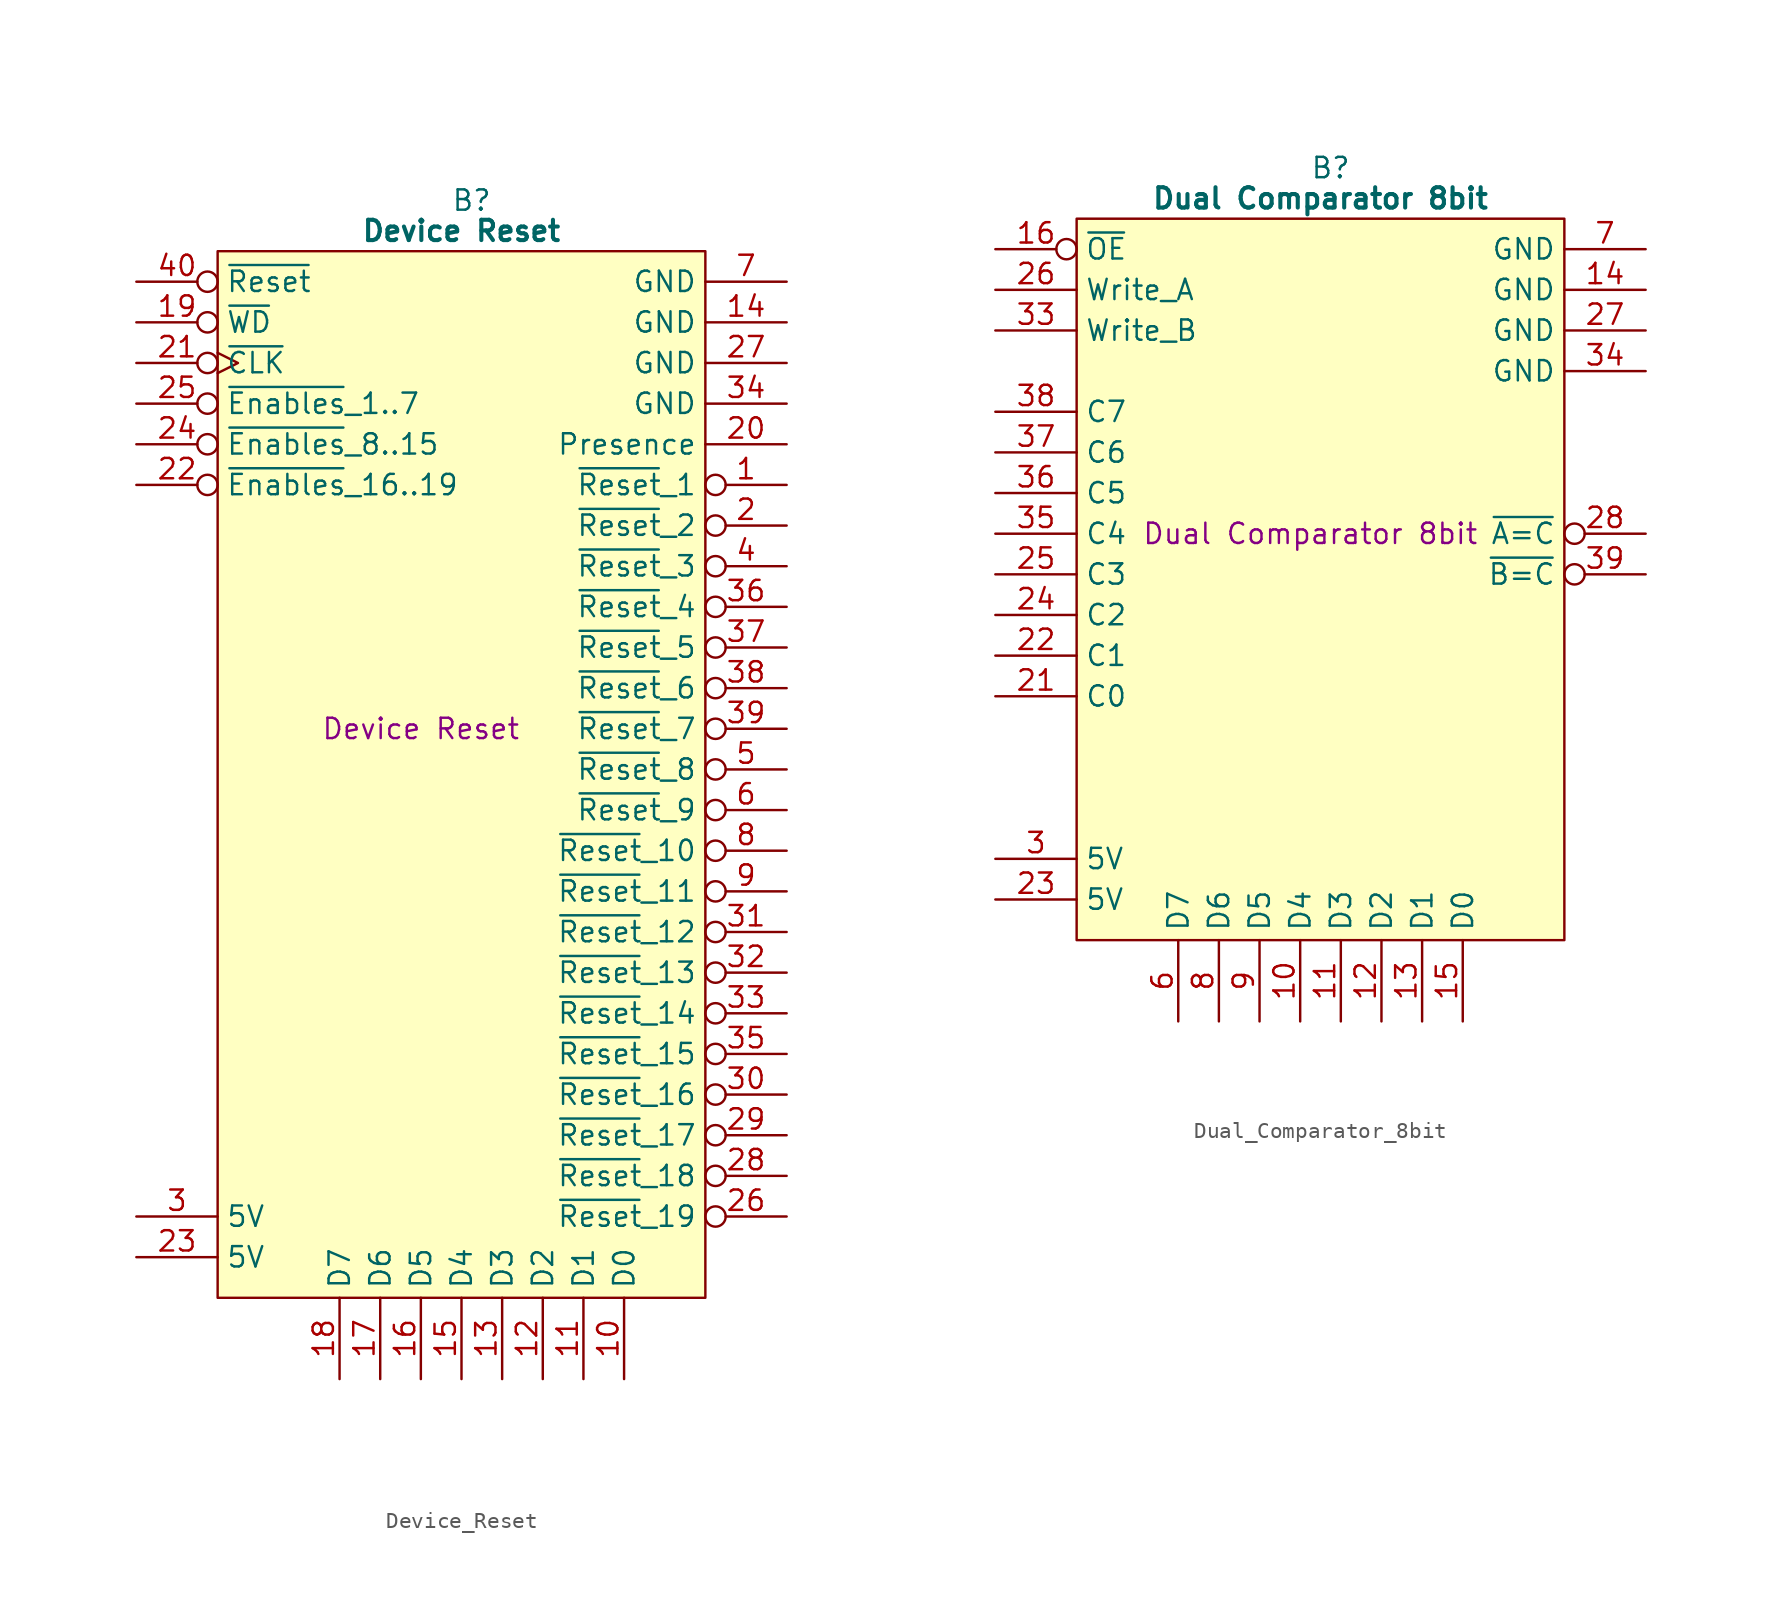
<source format=kicad_sym>
(kicad_symbol_lib
  (version 20241209)
  (generator "kicad_symbol_editor")
  (generator_version "9.0")
  (symbol "Device_Reset"
    (property "Reference" "B"
      (at 15.875 5.08 0)
      (effects (font (size 1.27 1.27))))
    (property "Value" "Device Reset"
      (at 15.24 3.175 0)
      (effects (font (size 1.27 1.27) (bold yes))))
    (property "Description" "Device Reset"
      (at 12.7 -27.94 0)
      (effects (font (size 1.27 1.27))))
    (symbol "Device_Reset_0_1"
      (polyline (pts (xy 0 1.905) (xy 30.48 1.905) (xy 30.48 -63.5) (xy 0 -63.5) (xy 0 1.905)) (stroke (width 0.152) (type default)) (fill (type background))))
    (symbol "Device_Reset_1_0"
      (pin passive line (at 35.56 -7.62 180) (length 5.08) (name "GND" (effects (font (size 1.27 1.27)))) (number "34" (effects (font (size 1.27 1.27)))))
      (pin output inverted (at 35.56 -20.32 180) (length 5.08) (name "~{Reset}_4" (effects (font (size 1.27 1.27)))) (number "36" (effects (font (size 1.27 1.27)))))
      (pin output inverted (at 35.56 -22.86 180) (length 5.08) (name "~{Reset}_5" (effects (font (size 1.27 1.27)))) (number "37" (effects (font (size 1.27 1.27)))))
      (pin output inverted (at 35.56 -25.4 180) (length 5.08) (name "~{Reset}_6" (effects (font (size 1.27 1.27)))) (number "38" (effects (font (size 1.27 1.27)))))
      (pin output inverted (at 35.56 -27.94 180) (length 5.08) (name "~{Reset}_7" (effects (font (size 1.27 1.27)))) (number "39" (effects (font (size 1.27 1.27)))))
      (pin output inverted (at 35.56 -43.18 180) (length 5.08) (name "~{Reset}_13" (effects (font (size 1.27 1.27)))) (number "32" (effects (font (size 1.27 1.27)))))
      (pin output inverted (at 35.56 -45.72 180) (length 5.08) (name "~{Reset}_14" (effects (font (size 1.27 1.27)))) (number "33" (effects (font (size 1.27 1.27)))))
      (pin output inverted (at 35.56 -48.26 180) (length 5.08) (name "~{Reset}_15" (effects (font (size 1.27 1.27)))) (number "35" (effects (font (size 1.27 1.27))))))
    (symbol "Device_Reset_1_1"
      (pin input inverted (at -5.08 0 0) (length 5.08) (name "~{Reset}" (effects (font (size 1.27 1.27)))) (number "40" (effects (font (size 1.27 1.27)))))
      (pin input inverted (at -5.08 -2.54 0) (length 5.08) (name "~{WD}" (effects (font (size 1.27 1.27)))) (number "19" (effects (font (size 1.27 1.27)))))
      (pin input inverted_clock (at -5.08 -5.08 0) (length 5.08) (name "~{CLK}" (effects (font (size 1.27 1.27)))) (number "21" (effects (font (size 1.27 1.27)))))
      (pin input inverted (at -5.08 -7.62 0) (length 5.08) (name "~{Enables}_1..7" (effects (font (size 1.27 1.27)))) (number "25" (effects (font (size 1.27 1.27)))))
      (pin input inverted (at -5.08 -10.16 0) (length 5.08) (name "~{Enables}_8..15" (effects (font (size 1.27 1.27)))) (number "24" (effects (font (size 1.27 1.27)))))
      (pin input inverted (at -5.08 -12.7 0) (length 5.08) (name "~{Enables}_16..19" (effects (font (size 1.27 1.27)))) (number "22" (effects (font (size 1.27 1.27)))))
      (pin passive line (at -5.08 -58.42 0) (length 5.08) (name "5V" (effects (font (size 1.27 1.27)))) (number "3" (effects (font (size 1.27 1.27)))))
      (pin passive line (at -5.08 -60.96 0) (length 5.08) (name "5V" (effects (font (size 1.27 1.27)))) (number "23" (effects (font (size 1.27 1.27)))))
      (pin tri_state line (at 7.62 -68.58 90) (length 5.08) (name "D7" (effects (font (size 1.27 1.27)))) (number "18" (effects (font (size 1.27 1.27)))))
      (pin tri_state line (at 10.16 -68.58 90) (length 5.08) (name "D6" (effects (font (size 1.27 1.27)))) (number "17" (effects (font (size 1.27 1.27)))))
      (pin tri_state line (at 12.7 -68.58 90) (length 5.08) (name "D5" (effects (font (size 1.27 1.27)))) (number "16" (effects (font (size 1.27 1.27)))))
      (pin tri_state line (at 15.24 -68.58 90) (length 5.08) (name "D4" (effects (font (size 1.27 1.27)))) (number "15" (effects (font (size 1.27 1.27)))))
      (pin tri_state line (at 17.78 -68.58 90) (length 5.08) (name "D3" (effects (font (size 1.27 1.27)))) (number "13" (effects (font (size 1.27 1.27)))))
      (pin tri_state line (at 20.32 -68.58 90) (length 5.08) (name "D2" (effects (font (size 1.27 1.27)))) (number "12" (effects (font (size 1.27 1.27)))))
      (pin tri_state line (at 22.86 -68.58 90) (length 5.08) (name "D1" (effects (font (size 1.27 1.27)))) (number "11" (effects (font (size 1.27 1.27)))))
      (pin tri_state line (at 25.4 -68.58 90) (length 5.08) (name "D0" (effects (font (size 1.27 1.27)))) (number "10" (effects (font (size 1.27 1.27)))))
      (pin passive line (at 35.56 0 180) (length 5.08) (name "GND" (effects (font (size 1.27 1.27)))) (number "7" (effects (font (size 1.27 1.27)))))
      (pin passive line (at 35.56 -2.54 180) (length 5.08) (name "GND" (effects (font (size 1.27 1.27)))) (number "14" (effects (font (size 1.27 1.27)))))
      (pin passive line (at 35.56 -5.08 180) (length 5.08) (name "GND" (effects (font (size 1.27 1.27)))) (number "27" (effects (font (size 1.27 1.27)))))
      (pin output line (at 35.56 -10.16 180) (length 5.08) (name "Presence" (effects (font (size 1.27 1.27)))) (number "20" (effects (font (size 1.27 1.27)))))
      (pin output inverted (at 35.56 -12.7 180) (length 5.08) (name "~{Reset}_1" (effects (font (size 1.27 1.27)))) (number "1" (effects (font (size 1.27 1.27)))))
      (pin output inverted (at 35.56 -15.24 180) (length 5.08) (name "~{Reset}_2" (effects (font (size 1.27 1.27)))) (number "2" (effects (font (size 1.27 1.27)))))
      (pin output inverted (at 35.56 -17.78 180) (length 5.08) (name "~{Reset}_3" (effects (font (size 1.27 1.27)))) (number "4" (effects (font (size 1.27 1.27)))))
      (pin output inverted (at 35.56 -30.48 180) (length 5.08) (name "~{Reset}_8" (effects (font (size 1.27 1.27)))) (number "5" (effects (font (size 1.27 1.27)))))
      (pin output inverted (at 35.56 -33.02 180) (length 5.08) (name "~{Reset}_9" (effects (font (size 1.27 1.27)))) (number "6" (effects (font (size 1.27 1.27)))))
      (pin output inverted (at 35.56 -35.56 180) (length 5.08) (name "~{Reset}_10" (effects (font (size 1.27 1.27)))) (number "8" (effects (font (size 1.27 1.27)))))
      (pin output inverted (at 35.56 -38.1 180) (length 5.08) (name "~{Reset}_11" (effects (font (size 1.27 1.27)))) (number "9" (effects (font (size 1.27 1.27)))))
      (pin output inverted (at 35.56 -40.64 180) (length 5.08) (name "~{Reset}_12" (effects (font (size 1.27 1.27)))) (number "31" (effects (font (size 1.27 1.27)))))
      (pin output inverted (at 35.56 -50.8 180) (length 5.08) (name "~{Reset}_16" (effects (font (size 1.27 1.27)))) (number "30" (effects (font (size 1.27 1.27)))))
      (pin output inverted (at 35.56 -53.34 180) (length 5.08) (name "~{Reset}_17" (effects (font (size 1.27 1.27)))) (number "29" (effects (font (size 1.27 1.27)))))
      (pin output inverted (at 35.56 -55.88 180) (length 5.08) (name "~{Reset}_18" (effects (font (size 1.27 1.27)))) (number "28" (effects (font (size 1.27 1.27)))))
      (pin output inverted (at 35.56 -58.42 180) (length 5.08) (name "~{Reset}_19" (effects (font (size 1.27 1.27)))) (number "26" (effects (font (size 1.27 1.27)))))))
  (symbol "Dual_Comparator_8bit"
    (property "Reference" "B"
      (at 15.875 5.08 0)
      (effects (font (size 1.27 1.27))))
    (property "Value" "Dual Comparator 8bit"
      (at 15.24 3.175 0)
      (effects (font (size 1.27 1.27) (bold yes))))
    (property "Description" "Dual Comparator 8bit"
      (at 14.605 -17.78 0)
      (effects (font (size 1.27 1.27))))
    (symbol "Dual_Comparator_8bit_0_1"
      (polyline (pts (xy 0 1.905) (xy 30.48 1.905) (xy 30.48 -43.18) (xy 0 -43.18) (xy 0 1.905)) (stroke (width 0.152) (type default)) (fill (type background))))
    (symbol "Dual_Comparator_8bit_1_0"
      (pin input line (at -5.08 -5.08 0) (length 5.08) (name "Write_B" (effects (font (size 1.27 1.27)))) (number "33" (effects (font (size 1.27 1.27)))))
      (pin input line (at -5.08 -10.16 0) (length 5.08) (name "C7" (effects (font (size 1.27 1.27)))) (number "38" (effects (font (size 1.27 1.27)))))
      (pin input line (at -5.08 -12.7 0) (length 5.08) (name "C6" (effects (font (size 1.27 1.27)))) (number "37" (effects (font (size 1.27 1.27)))))
      (pin input line (at -5.08 -15.24 0) (length 5.08) (name "C5" (effects (font (size 1.27 1.27)))) (number "36" (effects (font (size 1.27 1.27)))))
      (pin input line (at -5.08 -17.78 0) (length 5.08) (name "C4" (effects (font (size 1.27 1.27)))) (number "35" (effects (font (size 1.27 1.27)))))
      (pin passive line (at 35.56 -7.62 180) (length 5.08) (name "GND" (effects (font (size 1.27 1.27)))) (number "34" (effects (font (size 1.27 1.27)))))
      (pin output inverted (at 35.56 -20.32 180) (length 5.08) (name "~{B=C}" (effects (font (size 1.27 1.27)))) (number "39" (effects (font (size 1.27 1.27)))))
      (pin no_connect line (at 35.56 -33.02 180) (length 5.08) (hide yes) (name "N.C." (effects (font (size 1.27 1.27)))) (number "32" (effects (font (size 1.27 1.27))))))
    (symbol "Dual_Comparator_8bit_1_1"
      (pin input inverted (at -5.08 0 0) (length 5.08) (name "~{OE}" (effects (font (size 1.27 1.27)))) (number "16" (effects (font (size 1.27 1.27)))))
      (pin input line (at -5.08 -2.54 0) (length 5.08) (name "Write_A" (effects (font (size 1.27 1.27)))) (number "26" (effects (font (size 1.27 1.27)))))
      (pin input line (at -5.08 -20.32 0) (length 5.08) (name "C3" (effects (font (size 1.27 1.27)))) (number "25" (effects (font (size 1.27 1.27)))))
      (pin input line (at -5.08 -22.86 0) (length 5.08) (name "C2" (effects (font (size 1.27 1.27)))) (number "24" (effects (font (size 1.27 1.27)))))
      (pin input line (at -5.08 -25.4 0) (length 5.08) (name "C1" (effects (font (size 1.27 1.27)))) (number "22" (effects (font (size 1.27 1.27)))))
      (pin input line (at -5.08 -27.94 0) (length 5.08) (name "C0" (effects (font (size 1.27 1.27)))) (number "21" (effects (font (size 1.27 1.27)))))
      (pin no_connect line (at -5.08 -30.48 0) (length 5.08) (hide yes) (name "N.C." (effects (font (size 1.27 1.27)))) (number "1" (effects (font (size 1.27 1.27)))))
      (pin no_connect line (at -5.08 -33.02 0) (length 5.08) (hide yes) (name "N.C." (effects (font (size 1.27 1.27)))) (number "2" (effects (font (size 1.27 1.27)))))
      (pin no_connect line (at -5.08 -35.56 0) (length 5.08) (hide yes) (name "N.C." (effects (font (size 1.27 1.27)))) (number "4" (effects (font (size 1.27 1.27)))))
      (pin passive line (at -5.08 -38.1 0) (length 5.08) (name "5V" (effects (font (size 1.27 1.27)))) (number "3" (effects (font (size 1.27 1.27)))))
      (pin passive line (at -5.08 -40.64 0) (length 5.08) (name "5V" (effects (font (size 1.27 1.27)))) (number "23" (effects (font (size 1.27 1.27)))))
      (pin tri_state line (at 6.35 -48.26 90) (length 5.08) (name "D7" (effects (font (size 1.27 1.27)))) (number "6" (effects (font (size 1.27 1.27)))))
      (pin tri_state line (at 8.89 -48.26 90) (length 5.08) (name "D6" (effects (font (size 1.27 1.27)))) (number "8" (effects (font (size 1.27 1.27)))))
      (pin tri_state line (at 11.43 -48.26 90) (length 5.08) (name "D5" (effects (font (size 1.27 1.27)))) (number "9" (effects (font (size 1.27 1.27)))))
      (pin tri_state line (at 13.97 -48.26 90) (length 5.08) (name "D4" (effects (font (size 1.27 1.27)))) (number "10" (effects (font (size 1.27 1.27)))))
      (pin tri_state line (at 16.51 -48.26 90) (length 5.08) (name "D3" (effects (font (size 1.27 1.27)))) (number "11" (effects (font (size 1.27 1.27)))))
      (pin tri_state line (at 19.05 -48.26 90) (length 5.08) (name "D2" (effects (font (size 1.27 1.27)))) (number "12" (effects (font (size 1.27 1.27)))))
      (pin tri_state line (at 21.59 -48.26 90) (length 5.08) (name "D1" (effects (font (size 1.27 1.27)))) (number "13" (effects (font (size 1.27 1.27)))))
      (pin tri_state line (at 24.13 -48.26 90) (length 5.08) (name "D0" (effects (font (size 1.27 1.27)))) (number "15" (effects (font (size 1.27 1.27)))))
      (pin passive line (at 35.56 0 180) (length 5.08) (name "GND" (effects (font (size 1.27 1.27)))) (number "7" (effects (font (size 1.27 1.27)))))
      (pin passive line (at 35.56 -2.54 180) (length 5.08) (name "GND" (effects (font (size 1.27 1.27)))) (number "14" (effects (font (size 1.27 1.27)))))
      (pin passive line (at 35.56 -5.08 180) (length 5.08) (name "GND" (effects (font (size 1.27 1.27)))) (number "27" (effects (font (size 1.27 1.27)))))
      (pin no_connect line (at 35.56 -10.16 180) (length 5.08) (hide yes) (name "N.C." (effects (font (size 1.27 1.27)))) (number "17" (effects (font (size 1.27 1.27)))))
      (pin no_connect line (at 35.56 -12.7 180) (length 5.08) (hide yes) (name "N.C." (effects (font (size 1.27 1.27)))) (number "18" (effects (font (size 1.27 1.27)))))
      (pin no_connect line (at 35.56 -15.24 180) (length 5.08) (hide yes) (name "N.C." (effects (font (size 1.27 1.27)))) (number "19" (effects (font (size 1.27 1.27)))))
      (pin output inverted (at 35.56 -17.78 180) (length 5.08) (name "~{A=C}" (effects (font (size 1.27 1.27)))) (number "28" (effects (font (size 1.27 1.27)))))
      (pin no_connect line (at 35.56 -22.86 180) (length 5.08) (hide yes) (name "N.C." (effects (font (size 1.27 1.27)))) (number "20" (effects (font (size 1.27 1.27)))))
      (pin no_connect line (at 35.56 -25.4 180) (length 5.08) (hide yes) (name "N.C." (effects (font (size 1.27 1.27)))) (number "29" (effects (font (size 1.27 1.27)))))
      (pin no_connect line (at 35.56 -27.94 180) (length 5.08) (hide yes) (name "N.C." (effects (font (size 1.27 1.27)))) (number "30" (effects (font (size 1.27 1.27)))))
      (pin no_connect line (at 35.56 -30.48 180) (length 5.08) (hide yes) (name "N.C." (effects (font (size 1.27 1.27)))) (number "31" (effects (font (size 1.27 1.27)))))
      (pin no_connect line (at 35.56 -35.56 180) (length 5.08) (hide yes) (name "N.C." (effects (font (size 1.27 1.27)))) (number "40" (effects (font (size 1.27 1.27)))))
      (pin no_connect line (at 35.56 -38.1 180) (length 5.08) (hide yes) (name "N.C." (effects (font (size 1.27 1.27)))) (number "5" (effects (font (size 1.27 1.27))))))))
</source>
